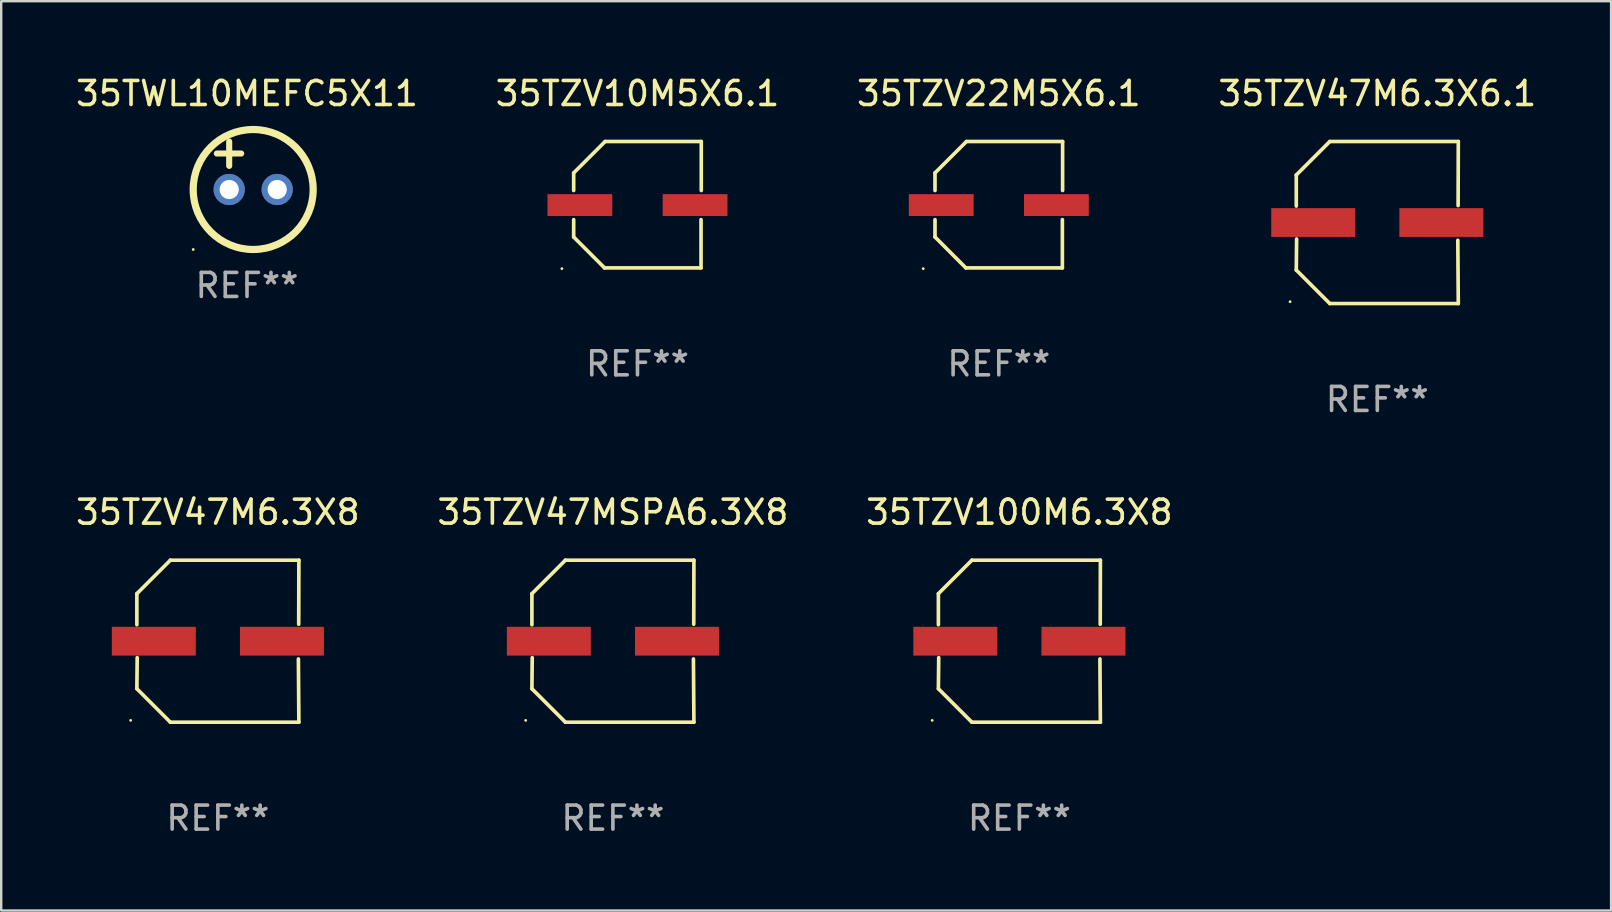
<source format=kicad_pcb>
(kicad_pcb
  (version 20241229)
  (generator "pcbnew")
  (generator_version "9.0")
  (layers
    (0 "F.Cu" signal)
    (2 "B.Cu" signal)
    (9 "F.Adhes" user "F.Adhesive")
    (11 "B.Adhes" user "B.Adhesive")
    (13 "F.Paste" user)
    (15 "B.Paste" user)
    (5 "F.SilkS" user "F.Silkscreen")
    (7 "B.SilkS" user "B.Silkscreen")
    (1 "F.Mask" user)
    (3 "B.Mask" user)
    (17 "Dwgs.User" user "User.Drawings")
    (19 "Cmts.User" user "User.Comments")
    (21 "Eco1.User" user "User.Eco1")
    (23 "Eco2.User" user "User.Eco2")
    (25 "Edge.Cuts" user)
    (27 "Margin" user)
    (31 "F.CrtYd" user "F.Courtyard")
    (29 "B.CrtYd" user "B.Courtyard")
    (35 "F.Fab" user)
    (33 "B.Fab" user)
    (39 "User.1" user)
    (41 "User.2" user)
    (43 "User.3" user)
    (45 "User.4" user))
  (footprint "35TZV47M6.3X8"
    (layer "F.Cu")
    (at 6.03 23.673)
    (property "Reference" "35TZV47M6.3X8" (at 0 -5.376 0) (layer "F.SilkS") (effects (font (size 1 1) (thickness 0.15))))
    (attr through_hole)
    (fp_line (start -3.376 -1.98) (end -3.376 -0.686) (stroke (width 0.152) (type solid)) (layer "F.SilkS"))
    (fp_line (start -3.376 1.981) (end -3.362 0.686) (stroke (width 0.152) (type solid)) (layer "F.SilkS"))
    (fp_line (start -1.981 3.376) (end -3.376 1.981) (stroke (width 0.152) (type solid)) (layer "F.SilkS"))
    (fp_line (start -1.98 -3.376) (end -3.376 -1.98) (stroke (width 0.152) (type solid)) (layer "F.SilkS"))
    (fp_line (start 3.356 0.74) (end 3.376 3.376) (stroke (width 0.152) (type solid)) (layer "F.SilkS"))
    (fp_line (start 3.369 -0.707) (end 3.376 -3.376) (stroke (width 0.152) (type solid)) (layer "F.SilkS"))
    (fp_line (start 3.376 3.376) (end -1.981 3.376) (stroke (width 0.152) (type solid)) (layer "F.SilkS"))
    (fp_line (start 3.376 -3.376) (end -1.98 -3.376) (stroke (width 0.152) (type solid)) (layer "F.SilkS"))
    (fp_circle (center -3.634 3.3) (end -3.604 3.3) (stroke (width 0.06) (type solid)) (fill no) (layer "F.SilkS"))
    (fp_text user "REF**" (at 0 7.376 0) (layer "F.Fab") (effects (font (size 1 1) (thickness 0.15))))
    (pad "1" smd rect (at -2.67 0.000254) (size 3.5 1.2) (layers "F.Cu" "F.Mask" "F.Paste"))
    (pad "2" smd rect (at 2.67 0.000254) (size 3.5 1.2) (layers "F.Cu" "F.Mask" "F.Paste")))
  (footprint "35TZV10M5X6.1"
    (layer "F.Cu")
    (at 23.518 5.482)
    (property "Reference" "35TZV10M5X6.1" (at 0 -4.634 0) (layer "F.SilkS") (effects (font (size 1 1) (thickness 0.15))))
    (attr through_hole)
    (fp_line (start -2.659 -1.326) (end -2.659 -0.592) (stroke (width 0.152) (type solid)) (layer "F.SilkS"))
    (fp_line (start -2.659 1.346) (end -2.659 0.622) (stroke (width 0.152) (type solid)) (layer "F.SilkS"))
    (fp_line (start -1.372 2.634) (end -2.659 1.346) (stroke (width 0.152) (type solid)) (layer "F.SilkS"))
    (fp_line (start -1.349 -2.634) (end -2.659 -1.326) (stroke (width 0.152) (type solid)) (layer "F.SilkS"))
    (fp_line (start 2.649 0.622) (end 2.649 2.634) (stroke (width 0.152) (type solid)) (layer "F.SilkS"))
    (fp_line (start 2.649 2.634) (end -1.372 2.634) (stroke (width 0.152) (type solid)) (layer "F.SilkS"))
    (fp_line (start 2.659 -2.634) (end -1.349 -2.634) (stroke (width 0.152) (type solid)) (layer "F.SilkS"))
    (fp_line (start 2.659 -0.592) (end 2.659 -2.634) (stroke (width 0.152) (type solid)) (layer "F.SilkS"))
    (fp_circle (center -3.15 2.665) (end -3.12 2.665) (stroke (width 0.06) (type solid)) (fill no) (layer "F.SilkS"))
    (fp_text user "REF**" (at 0 6.634 0) (layer "F.Fab") (effects (font (size 1 1) (thickness 0.15))))
    (pad "1" smd rect (at -2.4 0.015) (size 2.7 0.91) (layers "F.Cu" "F.Mask" "F.Paste"))
    (pad "2" smd rect (at 2.4 0.015) (size 2.7 0.91) (layers "F.Cu" "F.Mask" "F.Paste")))
  (footprint "35TZV22M5X6.1"
    (layer "F.Cu")
    (at 38.577 5.482)
    (property "Reference" "35TZV22M5X6.1" (at 0 -4.634 0) (layer "F.SilkS") (effects (font (size 1 1) (thickness 0.15))))
    (attr through_hole)
    (fp_line (start -2.659 -1.326) (end -2.659 -0.592) (stroke (width 0.152) (type solid)) (layer "F.SilkS"))
    (fp_line (start -2.659 1.346) (end -2.659 0.622) (stroke (width 0.152) (type solid)) (layer "F.SilkS"))
    (fp_line (start -1.372 2.634) (end -2.659 1.346) (stroke (width 0.152) (type solid)) (layer "F.SilkS"))
    (fp_line (start -1.349 -2.634) (end -2.659 -1.326) (stroke (width 0.152) (type solid)) (layer "F.SilkS"))
    (fp_line (start 2.649 0.622) (end 2.649 2.634) (stroke (width 0.152) (type solid)) (layer "F.SilkS"))
    (fp_line (start 2.649 2.634) (end -1.372 2.634) (stroke (width 0.152) (type solid)) (layer "F.SilkS"))
    (fp_line (start 2.659 -2.634) (end -1.349 -2.634) (stroke (width 0.152) (type solid)) (layer "F.SilkS"))
    (fp_line (start 2.659 -0.592) (end 2.659 -2.634) (stroke (width 0.152) (type solid)) (layer "F.SilkS"))
    (fp_circle (center -3.15 2.665) (end -3.12 2.665) (stroke (width 0.06) (type solid)) (fill no) (layer "F.SilkS"))
    (fp_text user "REF**" (at 0 6.634 0) (layer "F.Fab") (effects (font (size 1 1) (thickness 0.15))))
    (pad "1" smd rect (at -2.4 0.015) (size 2.7 0.91) (layers "F.Cu" "F.Mask" "F.Paste"))
    (pad "2" smd rect (at 2.4 0.015) (size 2.7 0.91) (layers "F.Cu" "F.Mask" "F.Paste")))
  (footprint "35TWL10MEFC5X11"
    (layer "F.Cu")
    (at 7.244 3.848)
    (property "Reference" "35TWL10MEFC5X11" (at 0 -3 0) (layer "F.SilkS") (effects (font (size 1 1) (thickness 0.15))))
    (attr through_hole)
    (fp_line (start -1.258 -0.5) (end -0.242 -0.5) (stroke (width 0.254) (type solid)) (layer "F.SilkS"))
    (fp_line (start -0.742 -1) (end -0.742 0.016) (stroke (width 0.254) (type solid)) (layer "F.SilkS"))
    (fp_circle (center -2.242 3.5) (end -2.212 3.5) (stroke (width 0.06) (type solid)) (fill no) (layer "F.SilkS"))
    (fp_circle (center 0.258 1) (end 2.758 1) (stroke (width 0.3) (type solid)) (fill no) (layer "F.SilkS"))
    (fp_text user "REF**" (at 0 5 0) (layer "F.Fab") (effects (font (size 1 1) (thickness 0.15))))
    (pad "1" thru_hole circle (at -0.742 1) (size 1.3 1.3) (drill 0.8) (layers "*.Cu" "*.Mask"))
    (pad "2" thru_hole circle (at 1.258 1) (size 1.3 1.3) (drill 0.8) (layers "*.Cu" "*.Mask")))
  (footprint "35TZV47M6.3X6.1"
    (layer "F.Cu")
    (at 54.351 6.224)
    (property "Reference" "35TZV47M6.3X6.1" (at 0 -5.376 0) (layer "F.SilkS") (effects (font (size 1 1) (thickness 0.15))))
    (attr through_hole)
    (fp_line (start -3.376 -1.98) (end -3.376 -0.686) (stroke (width 0.152) (type solid)) (layer "F.SilkS"))
    (fp_line (start -3.376 1.981) (end -3.362 0.686) (stroke (width 0.152) (type solid)) (layer "F.SilkS"))
    (fp_line (start -1.981 3.376) (end -3.376 1.981) (stroke (width 0.152) (type solid)) (layer "F.SilkS"))
    (fp_line (start -1.98 -3.376) (end -3.376 -1.98) (stroke (width 0.152) (type solid)) (layer "F.SilkS"))
    (fp_line (start 3.356 0.74) (end 3.376 3.376) (stroke (width 0.152) (type solid)) (layer "F.SilkS"))
    (fp_line (start 3.369 -0.707) (end 3.376 -3.376) (stroke (width 0.152) (type solid)) (layer "F.SilkS"))
    (fp_line (start 3.376 3.376) (end -1.981 3.376) (stroke (width 0.152) (type solid)) (layer "F.SilkS"))
    (fp_line (start 3.376 -3.376) (end -1.98 -3.376) (stroke (width 0.152) (type solid)) (layer "F.SilkS"))
    (fp_circle (center -3.634 3.3) (end -3.604 3.3) (stroke (width 0.06) (type solid)) (fill no) (layer "F.SilkS"))
    (fp_text user "REF**" (at 0 7.376 0) (layer "F.Fab") (effects (font (size 1 1) (thickness 0.15))))
    (pad "1" smd rect (at -2.67 0.000254) (size 3.5 1.2) (layers "F.Cu" "F.Mask" "F.Paste"))
    (pad "2" smd rect (at 2.67 0.000254) (size 3.5 1.2) (layers "F.Cu" "F.Mask" "F.Paste")))
  (footprint "35TZV100M6.3X8"
    (layer "F.Cu")
    (at 39.435 23.673)
    (property "Reference" "35TZV100M6.3X8" (at 0 -5.376 0) (layer "F.SilkS") (effects (font (size 1 1) (thickness 0.15))))
    (attr through_hole)
    (fp_line (start -3.376 -1.98) (end -3.376 -0.686) (stroke (width 0.152) (type solid)) (layer "F.SilkS"))
    (fp_line (start -3.376 1.981) (end -3.362 0.686) (stroke (width 0.152) (type solid)) (layer "F.SilkS"))
    (fp_line (start -1.981 3.376) (end -3.376 1.981) (stroke (width 0.152) (type solid)) (layer "F.SilkS"))
    (fp_line (start -1.98 -3.376) (end -3.376 -1.98) (stroke (width 0.152) (type solid)) (layer "F.SilkS"))
    (fp_line (start 3.356 0.74) (end 3.376 3.376) (stroke (width 0.152) (type solid)) (layer "F.SilkS"))
    (fp_line (start 3.369 -0.707) (end 3.376 -3.376) (stroke (width 0.152) (type solid)) (layer "F.SilkS"))
    (fp_line (start 3.376 3.376) (end -1.981 3.376) (stroke (width 0.152) (type solid)) (layer "F.SilkS"))
    (fp_line (start 3.376 -3.376) (end -1.98 -3.376) (stroke (width 0.152) (type solid)) (layer "F.SilkS"))
    (fp_circle (center -3.634 3.3) (end -3.604 3.3) (stroke (width 0.06) (type solid)) (fill no) (layer "F.SilkS"))
    (fp_text user "REF**" (at 0 7.376 0) (layer "F.Fab") (effects (font (size 1 1) (thickness 0.15))))
    (pad "1" smd rect (at -2.67 0.000254) (size 3.5 1.2) (layers "F.Cu" "F.Mask" "F.Paste"))
    (pad "2" smd rect (at 2.67 0.000254) (size 3.5 1.2) (layers "F.Cu" "F.Mask" "F.Paste")))
  (footprint "35TZV47MSPA6.3X8"
    (layer "F.Cu")
    (at 22.494 23.673)
    (property "Reference" "35TZV47MSPA6.3X8" (at 0 -5.376 0) (layer "F.SilkS") (effects (font (size 1 1) (thickness 0.15))))
    (attr through_hole)
    (fp_line (start -3.376 -1.98) (end -3.376 -0.686) (stroke (width 0.152) (type solid)) (layer "F.SilkS"))
    (fp_line (start -3.376 1.981) (end -3.362 0.686) (stroke (width 0.152) (type solid)) (layer "F.SilkS"))
    (fp_line (start -1.981 3.376) (end -3.376 1.981) (stroke (width 0.152) (type solid)) (layer "F.SilkS"))
    (fp_line (start -1.98 -3.376) (end -3.376 -1.98) (stroke (width 0.152) (type solid)) (layer "F.SilkS"))
    (fp_line (start 3.356 0.74) (end 3.376 3.376) (stroke (width 0.152) (type solid)) (layer "F.SilkS"))
    (fp_line (start 3.369 -0.707) (end 3.376 -3.376) (stroke (width 0.152) (type solid)) (layer "F.SilkS"))
    (fp_line (start 3.376 3.376) (end -1.981 3.376) (stroke (width 0.152) (type solid)) (layer "F.SilkS"))
    (fp_line (start 3.376 -3.376) (end -1.98 -3.376) (stroke (width 0.152) (type solid)) (layer "F.SilkS"))
    (fp_circle (center -3.634 3.3) (end -3.604 3.3) (stroke (width 0.06) (type solid)) (fill no) (layer "F.SilkS"))
    (fp_text user "REF**" (at 0 7.376 0) (layer "F.Fab") (effects (font (size 1 1) (thickness 0.15))))
    (pad "1" smd rect (at -2.67 0.000254) (size 3.5 1.2) (layers "F.Cu" "F.Mask" "F.Paste"))
    (pad "2" smd rect (at 2.67 0.000254) (size 3.5 1.2) (layers "F.Cu" "F.Mask" "F.Paste")))
  (gr_rect
    (start -3 -3)
    (end 64.095 34.897)
    (stroke (width 0.1) (type default))
    (fill no)
    (layer "Edge.Cuts")))
</source>
